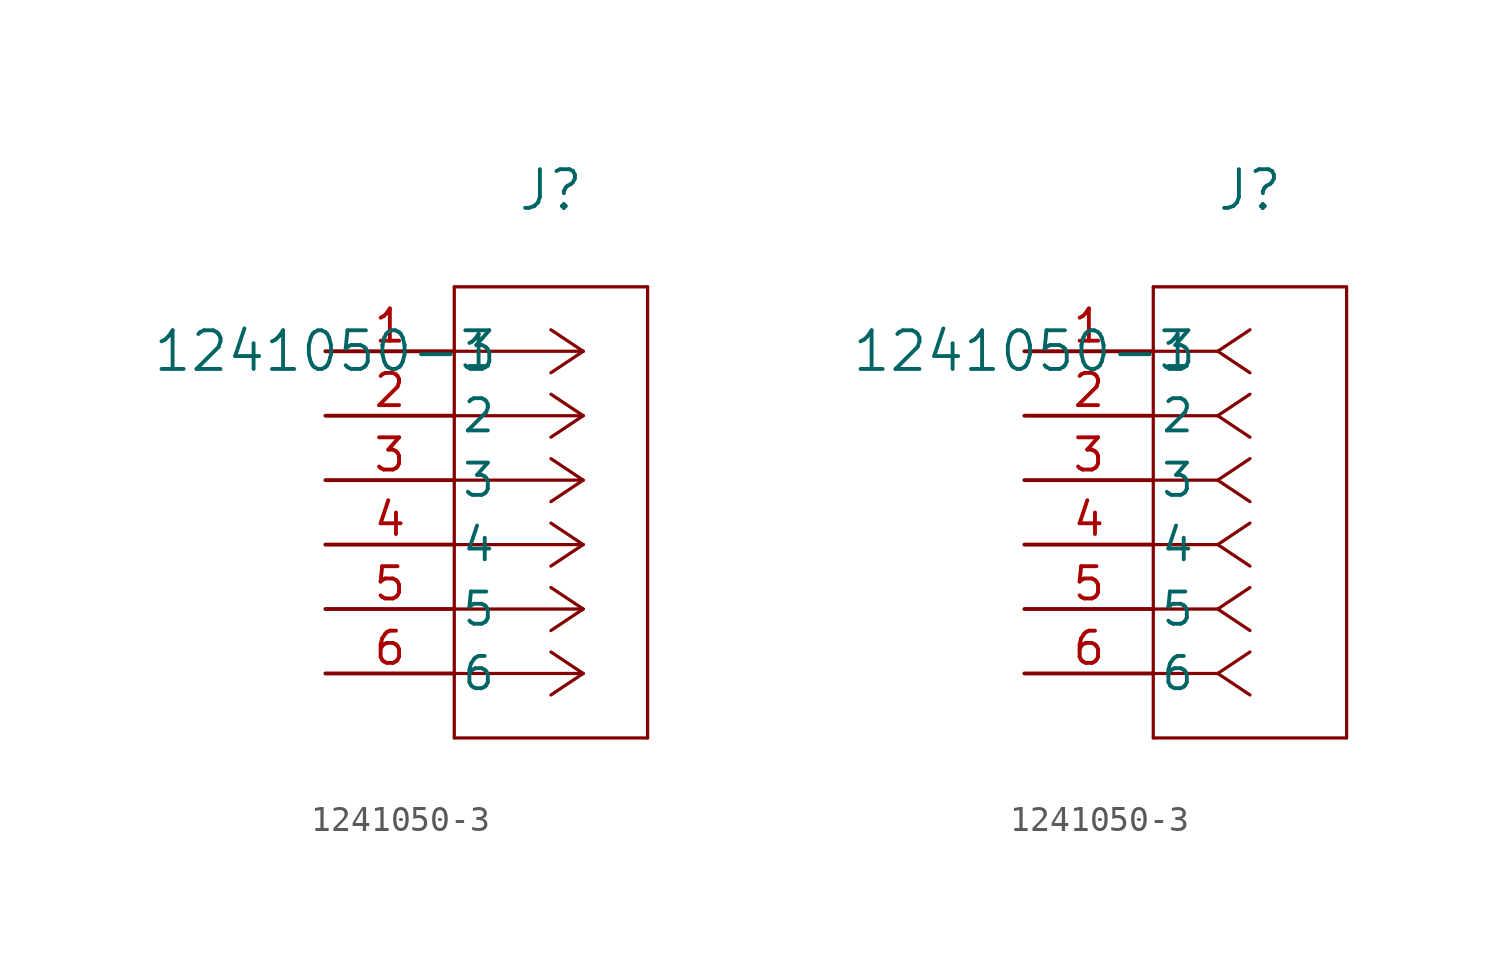
<source format=kicad_sym>
(kicad_symbol_lib
  (version 20211014)
  (generator kicad_symbol_editor)
  (symbol "1241050-3"
    (pin_names
      (offset 0.254))
    (property "Reference" "J"
      (at 8.89 6.35 0)
      (effects (font (size 1.524 1.524))))
    (property "Value" "1241050-3"
      (at 0 0 0)
      (effects (font (size 1.524 1.524))))
    (symbol "1241050-3_1_1"
      (polyline (pts (xy 10.16 0) (xy 5.08 0)) (stroke (width 0.127) (type default) (color 0 0 0 0)) (fill (type none)))
      (polyline (pts (xy 10.16 -2.54) (xy 5.08 -2.54)) (stroke (width 0.127) (type default) (color 0 0 0 0)) (fill (type none)))
      (polyline (pts (xy 10.16 -5.08) (xy 5.08 -5.08)) (stroke (width 0.127) (type default) (color 0 0 0 0)) (fill (type none)))
      (polyline (pts (xy 10.16 -7.62) (xy 5.08 -7.62)) (stroke (width 0.127) (type default) (color 0 0 0 0)) (fill (type none)))
      (polyline (pts (xy 10.16 -10.16) (xy 5.08 -10.16)) (stroke (width 0.127) (type default) (color 0 0 0 0)) (fill (type none)))
      (polyline (pts (xy 10.16 -12.7) (xy 5.08 -12.7)) (stroke (width 0.127) (type default) (color 0 0 0 0)) (fill (type none)))
      (polyline (pts (xy 10.16 0) (xy 8.89 0.847)) (stroke (width 0.127) (type default) (color 0 0 0 0)) (fill (type none)))
      (polyline (pts (xy 10.16 -2.54) (xy 8.89 -1.693)) (stroke (width 0.127) (type default) (color 0 0 0 0)) (fill (type none)))
      (polyline (pts (xy 10.16 -5.08) (xy 8.89 -4.233)) (stroke (width 0.127) (type default) (color 0 0 0 0)) (fill (type none)))
      (polyline (pts (xy 10.16 -7.62) (xy 8.89 -6.773)) (stroke (width 0.127) (type default) (color 0 0 0 0)) (fill (type none)))
      (polyline (pts (xy 10.16 -10.16) (xy 8.89 -9.313)) (stroke (width 0.127) (type default) (color 0 0 0 0)) (fill (type none)))
      (polyline (pts (xy 10.16 -12.7) (xy 8.89 -11.853)) (stroke (width 0.127) (type default) (color 0 0 0 0)) (fill (type none)))
      (polyline (pts (xy 10.16 0) (xy 8.89 -0.847)) (stroke (width 0.127) (type default) (color 0 0 0 0)) (fill (type none)))
      (polyline (pts (xy 10.16 -2.54) (xy 8.89 -3.387)) (stroke (width 0.127) (type default) (color 0 0 0 0)) (fill (type none)))
      (polyline (pts (xy 10.16 -5.08) (xy 8.89 -5.927)) (stroke (width 0.127) (type default) (color 0 0 0 0)) (fill (type none)))
      (polyline (pts (xy 10.16 -7.62) (xy 8.89 -8.467)) (stroke (width 0.127) (type default) (color 0 0 0 0)) (fill (type none)))
      (polyline (pts (xy 10.16 -10.16) (xy 8.89 -11.007)) (stroke (width 0.127) (type default) (color 0 0 0 0)) (fill (type none)))
      (polyline (pts (xy 10.16 -12.7) (xy 8.89 -13.547)) (stroke (width 0.127) (type default) (color 0 0 0 0)) (fill (type none)))
      (polyline (pts (xy 5.08 2.54) (xy 5.08 -15.24)) (stroke (width 0.127) (type default) (color 0 0 0 0)) (fill (type none)))
      (polyline (pts (xy 5.08 -15.24) (xy 12.7 -15.24)) (stroke (width 0.127) (type default) (color 0 0 0 0)) (fill (type none)))
      (polyline (pts (xy 12.7 -15.24) (xy 12.7 2.54)) (stroke (width 0.127) (type default) (color 0 0 0 0)) (fill (type none)))
      (polyline (pts (xy 12.7 2.54) (xy 5.08 2.54)) (stroke (width 0.127) (type default) (color 0 0 0 0)) (fill (type none)))
      (pin unspecified line (at 0 0 0) (length 5.08) (name "1" (effects (font (size 1.27 1.27)))) (number "1" (effects (font (size 1.27 1.27)))))
      (pin unspecified line (at 0 -2.54 0) (length 5.08) (name "2" (effects (font (size 1.27 1.27)))) (number "2" (effects (font (size 1.27 1.27)))))
      (pin unspecified line (at 0 -5.08 0) (length 5.08) (name "3" (effects (font (size 1.27 1.27)))) (number "3" (effects (font (size 1.27 1.27)))))
      (pin unspecified line (at 0 -7.62 0) (length 5.08) (name "4" (effects (font (size 1.27 1.27)))) (number "4" (effects (font (size 1.27 1.27)))))
      (pin unspecified line (at 0 -10.16 0) (length 5.08) (name "5" (effects (font (size 1.27 1.27)))) (number "5" (effects (font (size 1.27 1.27)))))
      (pin unspecified line (at 0 -12.7 0) (length 5.08) (name "6" (effects (font (size 1.27 1.27)))) (number "6" (effects (font (size 1.27 1.27))))))
    (symbol "1241050-3_1_2"
      (polyline (pts (xy 7.62 0) (xy 5.08 0)) (stroke (width 0.127) (type default) (color 0 0 0 0)) (fill (type none)))
      (polyline (pts (xy 7.62 -2.54) (xy 5.08 -2.54)) (stroke (width 0.127) (type default) (color 0 0 0 0)) (fill (type none)))
      (polyline (pts (xy 7.62 -5.08) (xy 5.08 -5.08)) (stroke (width 0.127) (type default) (color 0 0 0 0)) (fill (type none)))
      (polyline (pts (xy 7.62 -7.62) (xy 5.08 -7.62)) (stroke (width 0.127) (type default) (color 0 0 0 0)) (fill (type none)))
      (polyline (pts (xy 7.62 -10.16) (xy 5.08 -10.16)) (stroke (width 0.127) (type default) (color 0 0 0 0)) (fill (type none)))
      (polyline (pts (xy 7.62 -12.7) (xy 5.08 -12.7)) (stroke (width 0.127) (type default) (color 0 0 0 0)) (fill (type none)))
      (polyline (pts (xy 7.62 0) (xy 8.89 0.847)) (stroke (width 0.127) (type default) (color 0 0 0 0)) (fill (type none)))
      (polyline (pts (xy 7.62 -2.54) (xy 8.89 -1.693)) (stroke (width 0.127) (type default) (color 0 0 0 0)) (fill (type none)))
      (polyline (pts (xy 7.62 -5.08) (xy 8.89 -4.233)) (stroke (width 0.127) (type default) (color 0 0 0 0)) (fill (type none)))
      (polyline (pts (xy 7.62 -7.62) (xy 8.89 -6.773)) (stroke (width 0.127) (type default) (color 0 0 0 0)) (fill (type none)))
      (polyline (pts (xy 7.62 -10.16) (xy 8.89 -9.313)) (stroke (width 0.127) (type default) (color 0 0 0 0)) (fill (type none)))
      (polyline (pts (xy 7.62 -12.7) (xy 8.89 -11.853)) (stroke (width 0.127) (type default) (color 0 0 0 0)) (fill (type none)))
      (polyline (pts (xy 7.62 0) (xy 8.89 -0.847)) (stroke (width 0.127) (type default) (color 0 0 0 0)) (fill (type none)))
      (polyline (pts (xy 7.62 -2.54) (xy 8.89 -3.387)) (stroke (width 0.127) (type default) (color 0 0 0 0)) (fill (type none)))
      (polyline (pts (xy 7.62 -5.08) (xy 8.89 -5.927)) (stroke (width 0.127) (type default) (color 0 0 0 0)) (fill (type none)))
      (polyline (pts (xy 7.62 -7.62) (xy 8.89 -8.467)) (stroke (width 0.127) (type default) (color 0 0 0 0)) (fill (type none)))
      (polyline (pts (xy 7.62 -10.16) (xy 8.89 -11.007)) (stroke (width 0.127) (type default) (color 0 0 0 0)) (fill (type none)))
      (polyline (pts (xy 7.62 -12.7) (xy 8.89 -13.547)) (stroke (width 0.127) (type default) (color 0 0 0 0)) (fill (type none)))
      (polyline (pts (xy 5.08 2.54) (xy 5.08 -15.24)) (stroke (width 0.127) (type default) (color 0 0 0 0)) (fill (type none)))
      (polyline (pts (xy 5.08 -15.24) (xy 12.7 -15.24)) (stroke (width 0.127) (type default) (color 0 0 0 0)) (fill (type none)))
      (polyline (pts (xy 12.7 -15.24) (xy 12.7 2.54)) (stroke (width 0.127) (type default) (color 0 0 0 0)) (fill (type none)))
      (polyline (pts (xy 12.7 2.54) (xy 5.08 2.54)) (stroke (width 0.127) (type default) (color 0 0 0 0)) (fill (type none)))
      (pin unspecified line (at 0 0 0) (length 5.08) (name "1" (effects (font (size 1.27 1.27)))) (number "1" (effects (font (size 1.27 1.27)))))
      (pin unspecified line (at 0 -2.54 0) (length 5.08) (name "2" (effects (font (size 1.27 1.27)))) (number "2" (effects (font (size 1.27 1.27)))))
      (pin unspecified line (at 0 -5.08 0) (length 5.08) (name "3" (effects (font (size 1.27 1.27)))) (number "3" (effects (font (size 1.27 1.27)))))
      (pin unspecified line (at 0 -7.62 0) (length 5.08) (name "4" (effects (font (size 1.27 1.27)))) (number "4" (effects (font (size 1.27 1.27)))))
      (pin unspecified line (at 0 -10.16 0) (length 5.08) (name "5" (effects (font (size 1.27 1.27)))) (number "5" (effects (font (size 1.27 1.27)))))
      (pin unspecified line (at 0 -12.7 0) (length 5.08) (name "6" (effects (font (size 1.27 1.27)))) (number "6" (effects (font (size 1.27 1.27))))))))
</source>
